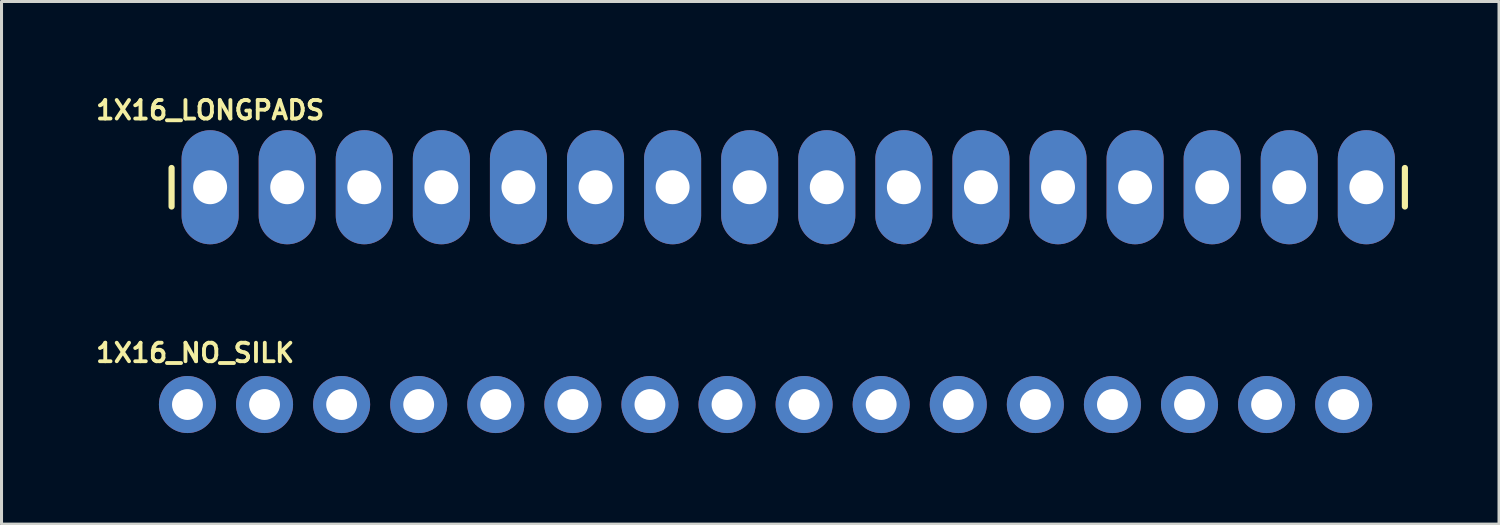
<source format=kicad_pcb>
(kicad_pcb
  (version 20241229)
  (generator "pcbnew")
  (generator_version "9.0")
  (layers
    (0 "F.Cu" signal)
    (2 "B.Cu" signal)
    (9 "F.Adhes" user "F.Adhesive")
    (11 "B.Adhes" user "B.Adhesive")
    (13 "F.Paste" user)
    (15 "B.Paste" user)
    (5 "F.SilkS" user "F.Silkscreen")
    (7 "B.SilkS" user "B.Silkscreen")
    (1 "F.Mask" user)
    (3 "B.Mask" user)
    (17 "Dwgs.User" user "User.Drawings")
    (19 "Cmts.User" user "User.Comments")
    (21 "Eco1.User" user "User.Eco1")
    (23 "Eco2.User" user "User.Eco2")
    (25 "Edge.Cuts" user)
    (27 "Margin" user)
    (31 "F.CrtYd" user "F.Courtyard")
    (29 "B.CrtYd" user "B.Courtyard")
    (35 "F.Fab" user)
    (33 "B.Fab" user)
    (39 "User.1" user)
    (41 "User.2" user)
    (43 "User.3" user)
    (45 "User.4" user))
  (footprint "1X16_NO_SILK"
    (layer "F.Cu")
    (at 3.127 10.28)
    (property "Reference" "1X16_NO_SILK" (at 0.254 -1.702 0) (layer "F.SilkS") (effects (font (size 0.61 0.61) (thickness 0.127))))
    (attr exclude_from_pos_files exclude_from_bom)
    (fp_line (start -0.254 -0.254) (end 0.254 -0.254) (stroke (width 0.066) (type solid)) (layer "Dwgs.User"))
    (fp_line (start -0.254 0.254) (end -0.254 -0.254) (stroke (width 0.066) (type solid)) (layer "Dwgs.User"))
    (fp_line (start -0.254 0.254) (end 0.254 0.254) (stroke (width 0.066) (type solid)) (layer "Dwgs.User"))
    (fp_line (start 0.254 0.254) (end 0.254 -0.254) (stroke (width 0.066) (type solid)) (layer "Dwgs.User"))
    (fp_line (start 2.286 -0.254) (end 2.794 -0.254) (stroke (width 0.066) (type solid)) (layer "Dwgs.User"))
    (fp_line (start 2.286 0.254) (end 2.286 -0.254) (stroke (width 0.066) (type solid)) (layer "Dwgs.User"))
    (fp_line (start 2.286 0.254) (end 2.794 0.254) (stroke (width 0.066) (type solid)) (layer "Dwgs.User"))
    (fp_line (start 2.794 0.254) (end 2.794 -0.254) (stroke (width 0.066) (type solid)) (layer "Dwgs.User"))
    (fp_line (start 4.826 -0.254) (end 5.334 -0.254) (stroke (width 0.066) (type solid)) (layer "Dwgs.User"))
    (fp_line (start 4.826 0.254) (end 4.826 -0.254) (stroke (width 0.066) (type solid)) (layer "Dwgs.User"))
    (fp_line (start 4.826 0.254) (end 5.334 0.254) (stroke (width 0.066) (type solid)) (layer "Dwgs.User"))
    (fp_line (start 5.334 0.254) (end 5.334 -0.254) (stroke (width 0.066) (type solid)) (layer "Dwgs.User"))
    (fp_line (start 7.366 -0.254) (end 7.874 -0.254) (stroke (width 0.066) (type solid)) (layer "Dwgs.User"))
    (fp_line (start 7.366 0.254) (end 7.366 -0.254) (stroke (width 0.066) (type solid)) (layer "Dwgs.User"))
    (fp_line (start 7.366 0.254) (end 7.874 0.254) (stroke (width 0.066) (type solid)) (layer "Dwgs.User"))
    (fp_line (start 7.874 0.254) (end 7.874 -0.254) (stroke (width 0.066) (type solid)) (layer "Dwgs.User"))
    (fp_line (start 9.906 -0.254) (end 10.414 -0.254) (stroke (width 0.066) (type solid)) (layer "Dwgs.User"))
    (fp_line (start 9.906 0.254) (end 9.906 -0.254) (stroke (width 0.066) (type solid)) (layer "Dwgs.User"))
    (fp_line (start 9.906 0.254) (end 10.414 0.254) (stroke (width 0.066) (type solid)) (layer "Dwgs.User"))
    (fp_line (start 10.414 0.254) (end 10.414 -0.254) (stroke (width 0.066) (type solid)) (layer "Dwgs.User"))
    (fp_line (start 12.446 -0.254) (end 12.954 -0.254) (stroke (width 0.066) (type solid)) (layer "Dwgs.User"))
    (fp_line (start 12.446 0.254) (end 12.446 -0.254) (stroke (width 0.066) (type solid)) (layer "Dwgs.User"))
    (fp_line (start 12.446 0.254) (end 12.954 0.254) (stroke (width 0.066) (type solid)) (layer "Dwgs.User"))
    (fp_line (start 12.954 0.254) (end 12.954 -0.254) (stroke (width 0.066) (type solid)) (layer "Dwgs.User"))
    (fp_line (start 14.986 -0.254) (end 15.494 -0.254) (stroke (width 0.066) (type solid)) (layer "Dwgs.User"))
    (fp_line (start 14.986 0.254) (end 14.986 -0.254) (stroke (width 0.066) (type solid)) (layer "Dwgs.User"))
    (fp_line (start 14.986 0.254) (end 15.494 0.254) (stroke (width 0.066) (type solid)) (layer "Dwgs.User"))
    (fp_line (start 15.494 0.254) (end 15.494 -0.254) (stroke (width 0.066) (type solid)) (layer "Dwgs.User"))
    (fp_line (start 17.523 -0.254) (end 18.034 -0.254) (stroke (width 0.066) (type solid)) (layer "Dwgs.User"))
    (fp_line (start 17.523 0.254) (end 17.523 -0.254) (stroke (width 0.066) (type solid)) (layer "Dwgs.User"))
    (fp_line (start 17.523 0.254) (end 18.034 0.254) (stroke (width 0.066) (type solid)) (layer "Dwgs.User"))
    (fp_line (start 18.034 0.254) (end 18.034 -0.254) (stroke (width 0.066) (type solid)) (layer "Dwgs.User"))
    (fp_line (start 20.066 -0.254) (end 20.574 -0.254) (stroke (width 0.066) (type solid)) (layer "Dwgs.User"))
    (fp_line (start 20.066 0.254) (end 20.066 -0.254) (stroke (width 0.066) (type solid)) (layer "Dwgs.User"))
    (fp_line (start 20.066 0.254) (end 20.574 0.254) (stroke (width 0.066) (type solid)) (layer "Dwgs.User"))
    (fp_line (start 20.574 0.254) (end 20.574 -0.254) (stroke (width 0.066) (type solid)) (layer "Dwgs.User"))
    (fp_line (start 22.606 -0.254) (end 23.114 -0.254) (stroke (width 0.066) (type solid)) (layer "Dwgs.User"))
    (fp_line (start 22.606 0.254) (end 22.606 -0.254) (stroke (width 0.066) (type solid)) (layer "Dwgs.User"))
    (fp_line (start 22.606 0.254) (end 23.114 0.254) (stroke (width 0.066) (type solid)) (layer "Dwgs.User"))
    (fp_line (start 23.114 0.254) (end 23.114 -0.254) (stroke (width 0.066) (type solid)) (layer "Dwgs.User"))
    (fp_line (start 25.146 -0.254) (end 25.654 -0.254) (stroke (width 0.066) (type solid)) (layer "Dwgs.User"))
    (fp_line (start 25.146 0.254) (end 25.146 -0.254) (stroke (width 0.066) (type solid)) (layer "Dwgs.User"))
    (fp_line (start 25.146 0.254) (end 25.654 0.254) (stroke (width 0.066) (type solid)) (layer "Dwgs.User"))
    (fp_line (start 25.654 0.254) (end 25.654 -0.254) (stroke (width 0.066) (type solid)) (layer "Dwgs.User"))
    (fp_line (start 27.686 -0.254) (end 28.194 -0.254) (stroke (width 0.066) (type solid)) (layer "Dwgs.User"))
    (fp_line (start 27.686 0.254) (end 27.686 -0.254) (stroke (width 0.066) (type solid)) (layer "Dwgs.User"))
    (fp_line (start 27.686 0.254) (end 28.194 0.254) (stroke (width 0.066) (type solid)) (layer "Dwgs.User"))
    (fp_line (start 28.194 0.254) (end 28.194 -0.254) (stroke (width 0.066) (type solid)) (layer "Dwgs.User"))
    (fp_line (start 30.226 -0.254) (end 30.734 -0.254) (stroke (width 0.066) (type solid)) (layer "Dwgs.User"))
    (fp_line (start 30.226 0.254) (end 30.226 -0.254) (stroke (width 0.066) (type solid)) (layer "Dwgs.User"))
    (fp_line (start 30.226 0.254) (end 30.734 0.254) (stroke (width 0.066) (type solid)) (layer "Dwgs.User"))
    (fp_line (start 30.734 0.254) (end 30.734 -0.254) (stroke (width 0.066) (type solid)) (layer "Dwgs.User"))
    (fp_line (start 32.766 -0.254) (end 33.274 -0.254) (stroke (width 0.066) (type solid)) (layer "Dwgs.User"))
    (fp_line (start 32.766 0.254) (end 32.766 -0.254) (stroke (width 0.066) (type solid)) (layer "Dwgs.User"))
    (fp_line (start 32.766 0.254) (end 33.274 0.254) (stroke (width 0.066) (type solid)) (layer "Dwgs.User"))
    (fp_line (start 33.274 0.254) (end 33.274 -0.254) (stroke (width 0.066) (type solid)) (layer "Dwgs.User"))
    (fp_line (start 35.303 -0.254) (end 35.814 -0.254) (stroke (width 0.066) (type solid)) (layer "Dwgs.User"))
    (fp_line (start 35.303 0.254) (end 35.303 -0.254) (stroke (width 0.066) (type solid)) (layer "Dwgs.User"))
    (fp_line (start 35.303 0.254) (end 35.814 0.254) (stroke (width 0.066) (type solid)) (layer "Dwgs.User"))
    (fp_line (start 35.814 0.254) (end 35.814 -0.254) (stroke (width 0.066) (type solid)) (layer "Dwgs.User"))
    (fp_line (start 37.846 -0.254) (end 38.354 -0.254) (stroke (width 0.066) (type solid)) (layer "Dwgs.User"))
    (fp_line (start 37.846 0.254) (end 37.846 -0.254) (stroke (width 0.066) (type solid)) (layer "Dwgs.User"))
    (fp_line (start 37.846 0.254) (end 38.354 0.254) (stroke (width 0.066) (type solid)) (layer "Dwgs.User"))
    (fp_line (start 38.354 0.254) (end 38.354 -0.254) (stroke (width 0.066) (type solid)) (layer "Dwgs.User"))
    (pad "1" thru_hole circle (at 0 0) (size 1.88 1.88) (drill 1.016) (layers "*.Cu" "*.Paste" "*.Mask"))
    (pad "2" thru_hole circle (at 2.54 0) (size 1.88 1.88) (drill 1.016) (layers "*.Cu" "*.Paste" "*.Mask"))
    (pad "3" thru_hole circle (at 5.08 0) (size 1.88 1.88) (drill 1.016) (layers "*.Cu" "*.Paste" "*.Mask"))
    (pad "4" thru_hole circle (at 7.62 0) (size 1.88 1.88) (drill 1.016) (layers "*.Cu" "*.Paste" "*.Mask"))
    (pad "5" thru_hole circle (at 10.16 0) (size 1.88 1.88) (drill 1.016) (layers "*.Cu" "*.Paste" "*.Mask"))
    (pad "6" thru_hole circle (at 12.7 0) (size 1.88 1.88) (drill 1.016) (layers "*.Cu" "*.Paste" "*.Mask"))
    (pad "7" thru_hole circle (at 15.24 0) (size 1.88 1.88) (drill 1.016) (layers "*.Cu" "*.Paste" "*.Mask"))
    (pad "8" thru_hole circle (at 17.78 0) (size 1.88 1.88) (drill 1.016) (layers "*.Cu" "*.Paste" "*.Mask"))
    (pad "9" thru_hole circle (at 20.32 0) (size 1.88 1.88) (drill 1.016) (layers "*.Cu" "*.Paste" "*.Mask"))
    (pad "10" thru_hole circle (at 22.86 0) (size 1.88 1.88) (drill 1.016) (layers "*.Cu" "*.Paste" "*.Mask"))
    (pad "11" thru_hole circle (at 25.4 0) (size 1.88 1.88) (drill 1.016) (layers "*.Cu" "*.Paste" "*.Mask"))
    (pad "12" thru_hole circle (at 27.94 0) (size 1.88 1.88) (drill 1.016) (layers "*.Cu" "*.Paste" "*.Mask"))
    (pad "13" thru_hole circle (at 30.48 0) (size 1.88 1.88) (drill 1.016) (layers "*.Cu" "*.Paste" "*.Mask"))
    (pad "14" thru_hole circle (at 33.02 0) (size 1.88 1.88) (drill 1.016) (layers "*.Cu" "*.Paste" "*.Mask"))
    (pad "15" thru_hole circle (at 35.56 0) (size 1.88 1.88) (drill 1.016) (layers "*.Cu" "*.Paste" "*.Mask"))
    (pad "16" thru_hole circle (at 38.1 0) (size 1.88 1.88) (drill 1.016) (layers "*.Cu" "*.Paste" "*.Mask")))
  (footprint "1X16_LONGPADS"
    (layer "F.Cu")
    (at 3.874 3.12)
    (property "Reference" "1X16_LONGPADS" (at 0 -2.54 0) (layer "F.SilkS") (effects (font (size 0.61 0.61) (thickness 0.127))))
    (attr exclude_from_pos_files exclude_from_bom)
    (fp_line (start -1.27 -0.635) (end -1.27 0.635) (stroke (width 0.203) (type solid)) (layer "F.SilkS"))
    (fp_line (start 39.37 -0.635) (end 39.37 0.635) (stroke (width 0.203) (type solid)) (layer "F.SilkS"))
    (pad "1" thru_hole oval (at 0 0 180) (size 1.88 3.759) (drill 1.118) (layers "*.Cu" "*.Paste" "*.Mask"))
    (pad "2" thru_hole oval (at 2.54 0 180) (size 1.88 3.759) (drill 1.118) (layers "*.Cu" "*.Paste" "*.Mask"))
    (pad "3" thru_hole oval (at 5.08 0 180) (size 1.88 3.759) (drill 1.118) (layers "*.Cu" "*.Paste" "*.Mask"))
    (pad "4" thru_hole oval (at 7.62 0 180) (size 1.88 3.759) (drill 1.118) (layers "*.Cu" "*.Paste" "*.Mask"))
    (pad "5" thru_hole oval (at 10.16 0 180) (size 1.88 3.759) (drill 1.118) (layers "*.Cu" "*.Paste" "*.Mask"))
    (pad "6" thru_hole oval (at 12.7 0 180) (size 1.88 3.759) (drill 1.118) (layers "*.Cu" "*.Paste" "*.Mask"))
    (pad "7" thru_hole oval (at 15.24 0 180) (size 1.88 3.759) (drill 1.118) (layers "*.Cu" "*.Paste" "*.Mask"))
    (pad "8" thru_hole oval (at 17.78 0 180) (size 1.88 3.759) (drill 1.118) (layers "*.Cu" "*.Paste" "*.Mask"))
    (pad "9" thru_hole oval (at 20.32 0 180) (size 1.88 3.759) (drill 1.118) (layers "*.Cu" "*.Paste" "*.Mask"))
    (pad "10" thru_hole oval (at 22.86 0 180) (size 1.88 3.759) (drill 1.118) (layers "*.Cu" "*.Paste" "*.Mask"))
    (pad "11" thru_hole oval (at 25.4 0 180) (size 1.88 3.759) (drill 1.118) (layers "*.Cu" "*.Paste" "*.Mask"))
    (pad "12" thru_hole oval (at 27.94 0 180) (size 1.88 3.759) (drill 1.118) (layers "*.Cu" "*.Paste" "*.Mask"))
    (pad "13" thru_hole oval (at 30.48 0 180) (size 1.88 3.759) (drill 1.118) (layers "*.Cu" "*.Paste" "*.Mask"))
    (pad "14" thru_hole oval (at 33.02 0 180) (size 1.88 3.759) (drill 1.118) (layers "*.Cu" "*.Paste" "*.Mask"))
    (pad "15" thru_hole oval (at 35.56 0 180) (size 1.88 3.759) (drill 1.118) (layers "*.Cu" "*.Paste" "*.Mask"))
    (pad "16" thru_hole oval (at 38.1 0 180) (size 1.88 3.759) (drill 1.118) (layers "*.Cu" "*.Paste" "*.Mask")))
  (gr_rect
    (start -3 -3)
    (end 46.346 14.22)
    (stroke (width 0.1) (type default))
    (fill no)
    (layer "Edge.Cuts")))
</source>
